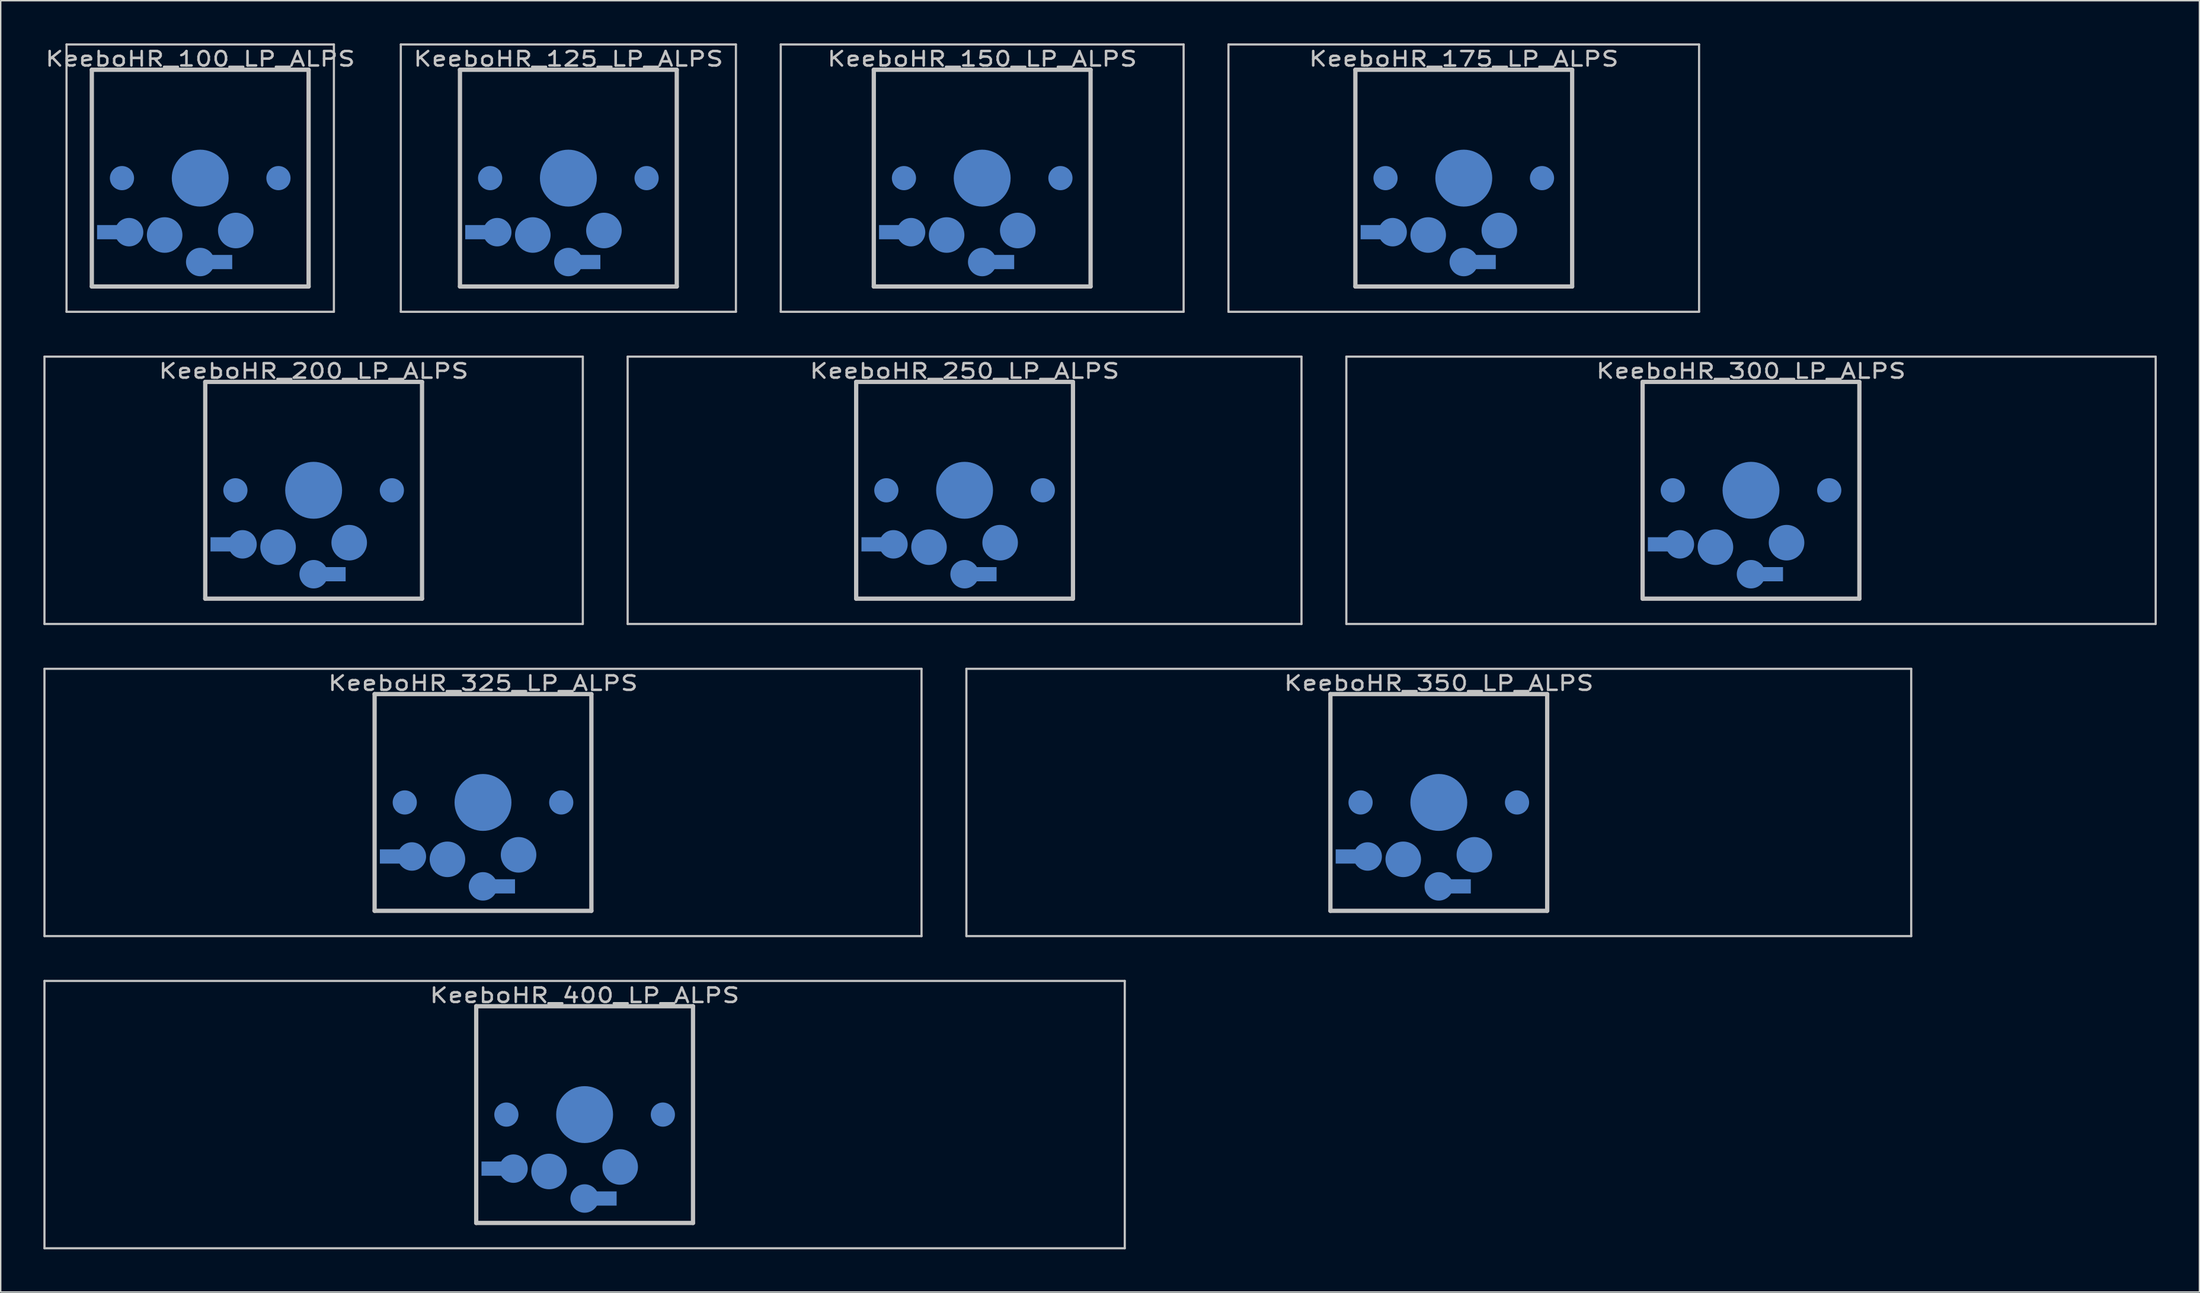
<source format=kicad_pcb>
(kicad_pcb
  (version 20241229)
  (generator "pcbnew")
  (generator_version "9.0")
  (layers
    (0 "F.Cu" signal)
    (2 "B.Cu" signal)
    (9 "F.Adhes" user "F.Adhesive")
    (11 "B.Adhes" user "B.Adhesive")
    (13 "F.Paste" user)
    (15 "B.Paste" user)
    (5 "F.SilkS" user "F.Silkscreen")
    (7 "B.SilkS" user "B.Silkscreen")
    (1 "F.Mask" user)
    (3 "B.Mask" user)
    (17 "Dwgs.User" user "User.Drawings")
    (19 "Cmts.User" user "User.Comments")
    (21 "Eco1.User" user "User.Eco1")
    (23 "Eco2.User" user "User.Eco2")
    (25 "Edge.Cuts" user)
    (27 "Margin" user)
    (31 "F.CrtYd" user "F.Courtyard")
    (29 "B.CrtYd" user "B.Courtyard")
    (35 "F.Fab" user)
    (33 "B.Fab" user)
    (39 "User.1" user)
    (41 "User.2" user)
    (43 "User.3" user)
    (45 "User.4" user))
  (footprint "KeeboHR_150_LP_ALPS"
    (layer "B.Cu")
    (at 65.998 9.474)
    (property "Reference" "KeeboHR_150_LP_ALPS" (at 0 -8.382 0) (layer "Dwgs.User") (effects (font (size 1.016 1.27) (thickness 0.178))))
    (attr through_hole)
    (fp_line (start -14.161 -9.398) (end 14.161 -9.398) (stroke (width 0.152) (type solid)) (layer "Dwgs.User"))
    (fp_line (start -14.161 9.398) (end -14.161 -9.398) (stroke (width 0.152) (type solid)) (layer "Dwgs.User"))
    (fp_line (start -7.62 -7.62) (end 7.62 -7.62) (stroke (width 0.3) (type solid)) (layer "Dwgs.User"))
    (fp_line (start -7.62 7.62) (end -7.62 -7.62) (stroke (width 0.3) (type solid)) (layer "Dwgs.User"))
    (fp_line (start 7.62 -7.62) (end 7.62 7.62) (stroke (width 0.3) (type solid)) (layer "Dwgs.User"))
    (fp_line (start 7.62 7.62) (end -7.62 7.62) (stroke (width 0.3) (type solid)) (layer "Dwgs.User"))
    (fp_line (start 14.161 -9.398) (end 14.161 9.398) (stroke (width 0.152) (type solid)) (layer "Dwgs.User"))
    (fp_line (start 14.161 9.398) (end -14.161 9.398) (stroke (width 0.152) (type solid)) (layer "Dwgs.User"))
    (pad "" smd circle (at -5.5 0) (size 1.7 1.7) (layers "B.Cu" "B.Mask"))
    (pad "" smd circle (at 0 0) (size 4 4) (layers "B.Cu" "B.Mask"))
    (pad "" smd circle (at 5.5 0) (size 1.7 1.7) (layers "B.Cu" "B.Mask"))
    (pad "1" smd circle (at 0 5.9) (size 2 2) (layers "B.Cu" "B.Mask"))
    (pad "1" smd rect (at 1.25 5.9) (size 2 1) (layers "B.Cu" "B.Mask"))
    (pad "1" smd circle (at 2.5 3.683) (size 2.5 2.5) (layers "B.Cu" "B.Mask"))
    (pad "2" smd rect (at -6.25 3.8) (size 2 1) (layers "B.Cu" "B.Mask"))
    (pad "2" smd circle (at -5 3.8) (size 2 2) (layers "B.Cu" "B.Mask"))
    (pad "2" smd circle (at -2.5 4) (size 2.5 2.5) (layers "B.Cu" "B.Mask")))
  (footprint "KeeboHR_325_LP_ALPS"
    (layer "B.Cu")
    (at 30.905 53.371)
    (property "Reference" "KeeboHR_325_LP_ALPS" (at 0 -8.382 0) (layer "Dwgs.User") (effects (font (size 1.016 1.27) (thickness 0.178))))
    (attr through_hole)
    (fp_line (start -30.829 -9.398) (end 30.829 -9.398) (stroke (width 0.152) (type solid)) (layer "Dwgs.User"))
    (fp_line (start -30.829 9.398) (end -30.829 -9.398) (stroke (width 0.152) (type solid)) (layer "Dwgs.User"))
    (fp_line (start -7.62 -7.62) (end 7.62 -7.62) (stroke (width 0.3) (type solid)) (layer "Dwgs.User"))
    (fp_line (start -7.62 7.62) (end -7.62 -7.62) (stroke (width 0.3) (type solid)) (layer "Dwgs.User"))
    (fp_line (start 7.62 -7.62) (end 7.62 7.62) (stroke (width 0.3) (type solid)) (layer "Dwgs.User"))
    (fp_line (start 7.62 7.62) (end -7.62 7.62) (stroke (width 0.3) (type solid)) (layer "Dwgs.User"))
    (fp_line (start 30.829 -9.398) (end 30.829 9.398) (stroke (width 0.152) (type solid)) (layer "Dwgs.User"))
    (fp_line (start 30.829 9.398) (end -30.829 9.398) (stroke (width 0.152) (type solid)) (layer "Dwgs.User"))
    (pad "" smd circle (at -5.5 0) (size 1.7 1.7) (layers "B.Cu" "B.Mask"))
    (pad "" smd circle (at 0 0) (size 4 4) (layers "B.Cu" "B.Mask"))
    (pad "" smd circle (at 5.5 0) (size 1.7 1.7) (layers "B.Cu" "B.Mask"))
    (pad "1" smd circle (at 0 5.9) (size 2 2) (layers "B.Cu" "B.Mask"))
    (pad "1" smd rect (at 1.25 5.9) (size 2 1) (layers "B.Cu" "B.Mask"))
    (pad "1" smd circle (at 2.5 3.683) (size 2.5 2.5) (layers "B.Cu" "B.Mask"))
    (pad "2" smd rect (at -6.25 3.8) (size 2 1) (layers "B.Cu" "B.Mask"))
    (pad "2" smd circle (at -5 3.8) (size 2 2) (layers "B.Cu" "B.Mask"))
    (pad "2" smd circle (at -2.5 4) (size 2.5 2.5) (layers "B.Cu" "B.Mask")))
  (footprint "KeeboHR_175_LP_ALPS"
    (layer "B.Cu")
    (at 99.853 9.474)
    (property "Reference" "KeeboHR_175_LP_ALPS" (at 0 -8.382 0) (layer "Dwgs.User") (effects (font (size 1.016 1.27) (thickness 0.178))))
    (attr through_hole)
    (fp_line (start -16.542 -9.398) (end 16.542 -9.398) (stroke (width 0.152) (type solid)) (layer "Dwgs.User"))
    (fp_line (start -16.542 9.398) (end -16.542 -9.398) (stroke (width 0.152) (type solid)) (layer "Dwgs.User"))
    (fp_line (start -7.62 -7.62) (end 7.62 -7.62) (stroke (width 0.3) (type solid)) (layer "Dwgs.User"))
    (fp_line (start -7.62 7.62) (end -7.62 -7.62) (stroke (width 0.3) (type solid)) (layer "Dwgs.User"))
    (fp_line (start 7.62 -7.62) (end 7.62 7.62) (stroke (width 0.3) (type solid)) (layer "Dwgs.User"))
    (fp_line (start 7.62 7.62) (end -7.62 7.62) (stroke (width 0.3) (type solid)) (layer "Dwgs.User"))
    (fp_line (start 16.542 -9.398) (end 16.542 9.398) (stroke (width 0.152) (type solid)) (layer "Dwgs.User"))
    (fp_line (start 16.542 9.398) (end -16.542 9.398) (stroke (width 0.152) (type solid)) (layer "Dwgs.User"))
    (pad "" smd circle (at -5.5 0) (size 1.7 1.7) (layers "B.Cu" "B.Mask"))
    (pad "" smd circle (at 0 0) (size 4 4) (layers "B.Cu" "B.Mask"))
    (pad "" smd circle (at 5.5 0) (size 1.7 1.7) (layers "B.Cu" "B.Mask"))
    (pad "1" smd circle (at 0 5.9) (size 2 2) (layers "B.Cu" "B.Mask"))
    (pad "1" smd rect (at 1.25 5.9) (size 2 1) (layers "B.Cu" "B.Mask"))
    (pad "1" smd circle (at 2.5 3.683) (size 2.5 2.5) (layers "B.Cu" "B.Mask"))
    (pad "2" smd rect (at -6.25 3.8) (size 2 1) (layers "B.Cu" "B.Mask"))
    (pad "2" smd circle (at -5 3.8) (size 2 2) (layers "B.Cu" "B.Mask"))
    (pad "2" smd circle (at -2.5 4) (size 2.5 2.5) (layers "B.Cu" "B.Mask")))
  (footprint "KeeboHR_200_LP_ALPS"
    (layer "B.Cu")
    (at 18.999 31.423)
    (property "Reference" "KeeboHR_200_LP_ALPS" (at 0 -8.382 0) (layer "Dwgs.User") (effects (font (size 1.016 1.27) (thickness 0.178))))
    (attr through_hole)
    (fp_line (start -18.923 -9.398) (end 18.923 -9.398) (stroke (width 0.152) (type solid)) (layer "Dwgs.User"))
    (fp_line (start -18.923 9.398) (end -18.923 -9.398) (stroke (width 0.152) (type solid)) (layer "Dwgs.User"))
    (fp_line (start -7.62 -7.62) (end 7.62 -7.62) (stroke (width 0.3) (type solid)) (layer "Dwgs.User"))
    (fp_line (start -7.62 7.62) (end -7.62 -7.62) (stroke (width 0.3) (type solid)) (layer "Dwgs.User"))
    (fp_line (start 7.62 -7.62) (end 7.62 7.62) (stroke (width 0.3) (type solid)) (layer "Dwgs.User"))
    (fp_line (start 7.62 7.62) (end -7.62 7.62) (stroke (width 0.3) (type solid)) (layer "Dwgs.User"))
    (fp_line (start 18.923 -9.398) (end 18.923 9.398) (stroke (width 0.152) (type solid)) (layer "Dwgs.User"))
    (fp_line (start 18.923 9.398) (end -18.923 9.398) (stroke (width 0.152) (type solid)) (layer "Dwgs.User"))
    (pad "" smd circle (at -5.5 0) (size 1.7 1.7) (layers "B.Cu" "B.Mask"))
    (pad "" smd circle (at 0 0) (size 4 4) (layers "B.Cu" "B.Mask"))
    (pad "" smd circle (at 5.5 0) (size 1.7 1.7) (layers "B.Cu" "B.Mask"))
    (pad "1" smd circle (at 0 5.9) (size 2 2) (layers "B.Cu" "B.Mask"))
    (pad "1" smd rect (at 1.25 5.9) (size 2 1) (layers "B.Cu" "B.Mask"))
    (pad "1" smd circle (at 2.5 3.683) (size 2.5 2.5) (layers "B.Cu" "B.Mask"))
    (pad "2" smd rect (at -6.25 3.8) (size 2 1) (layers "B.Cu" "B.Mask"))
    (pad "2" smd circle (at -5 3.8) (size 2 2) (layers "B.Cu" "B.Mask"))
    (pad "2" smd circle (at -2.5 4) (size 2.5 2.5) (layers "B.Cu" "B.Mask")))
  (footprint "KeeboHR_400_LP_ALPS"
    (layer "B.Cu")
    (at 38.049 75.319)
    (property "Reference" "KeeboHR_400_LP_ALPS" (at 0 -8.382 0) (layer "Dwgs.User") (effects (font (size 1.016 1.27) (thickness 0.178))))
    (attr through_hole)
    (fp_line (start -37.973 -9.398) (end 37.973 -9.398) (stroke (width 0.152) (type solid)) (layer "Dwgs.User"))
    (fp_line (start -37.973 9.398) (end -37.973 -9.398) (stroke (width 0.152) (type solid)) (layer "Dwgs.User"))
    (fp_line (start -7.62 -7.62) (end 7.62 -7.62) (stroke (width 0.3) (type solid)) (layer "Dwgs.User"))
    (fp_line (start -7.62 7.62) (end -7.62 -7.62) (stroke (width 0.3) (type solid)) (layer "Dwgs.User"))
    (fp_line (start 7.62 -7.62) (end 7.62 7.62) (stroke (width 0.3) (type solid)) (layer "Dwgs.User"))
    (fp_line (start 7.62 7.62) (end -7.62 7.62) (stroke (width 0.3) (type solid)) (layer "Dwgs.User"))
    (fp_line (start 37.973 -9.398) (end 37.973 9.398) (stroke (width 0.152) (type solid)) (layer "Dwgs.User"))
    (fp_line (start 37.973 9.398) (end -37.973 9.398) (stroke (width 0.152) (type solid)) (layer "Dwgs.User"))
    (pad "" smd circle (at -5.5 0) (size 1.7 1.7) (layers "B.Cu" "B.Mask"))
    (pad "" smd circle (at 0 0) (size 4 4) (layers "B.Cu" "B.Mask"))
    (pad "" smd circle (at 5.5 0) (size 1.7 1.7) (layers "B.Cu" "B.Mask"))
    (pad "1" smd circle (at 0 5.9) (size 2 2) (layers "B.Cu" "B.Mask"))
    (pad "1" smd rect (at 1.25 5.9) (size 2 1) (layers "B.Cu" "B.Mask"))
    (pad "1" smd circle (at 2.5 3.683) (size 2.5 2.5) (layers "B.Cu" "B.Mask"))
    (pad "2" smd rect (at -6.25 3.8) (size 2 1) (layers "B.Cu" "B.Mask"))
    (pad "2" smd circle (at -5 3.8) (size 2 2) (layers "B.Cu" "B.Mask"))
    (pad "2" smd circle (at -2.5 4) (size 2.5 2.5) (layers "B.Cu" "B.Mask")))
  (footprint "KeeboHR_100_LP_ALPS"
    (layer "B.Cu")
    (at 11.025 9.474)
    (property "Reference" "KeeboHR_100_LP_ALPS" (at 0 -8.382 0) (layer "Dwgs.User") (effects (font (size 1.016 1.27) (thickness 0.178))))
    (attr through_hole)
    (fp_line (start -9.398 -9.398) (end 9.398 -9.398) (stroke (width 0.152) (type solid)) (layer "Dwgs.User"))
    (fp_line (start -9.398 9.398) (end -9.398 -9.398) (stroke (width 0.152) (type solid)) (layer "Dwgs.User"))
    (fp_line (start -7.62 -7.62) (end 7.62 -7.62) (stroke (width 0.3) (type solid)) (layer "Dwgs.User"))
    (fp_line (start -7.62 7.62) (end -7.62 -7.62) (stroke (width 0.3) (type solid)) (layer "Dwgs.User"))
    (fp_line (start 7.62 -7.62) (end 7.62 7.62) (stroke (width 0.3) (type solid)) (layer "Dwgs.User"))
    (fp_line (start 7.62 7.62) (end -7.62 7.62) (stroke (width 0.3) (type solid)) (layer "Dwgs.User"))
    (fp_line (start 9.398 -9.398) (end 9.398 9.398) (stroke (width 0.152) (type solid)) (layer "Dwgs.User"))
    (fp_line (start 9.398 9.398) (end -9.398 9.398) (stroke (width 0.152) (type solid)) (layer "Dwgs.User"))
    (pad "" smd circle (at -5.5 0) (size 1.7 1.7) (layers "B.Cu" "B.Mask"))
    (pad "" smd circle (at 0 0) (size 4 4) (layers "B.Cu" "B.Mask"))
    (pad "" smd circle (at 5.5 0) (size 1.7 1.7) (layers "B.Cu" "B.Mask"))
    (pad "1" smd circle (at 0 5.9) (size 2 2) (layers "B.Cu" "B.Mask"))
    (pad "1" smd rect (at 1.25 5.9) (size 2 1) (layers "B.Cu" "B.Mask"))
    (pad "1" smd circle (at 2.5 3.683) (size 2.5 2.5) (layers "B.Cu" "B.Mask"))
    (pad "2" smd rect (at -6.25 3.8) (size 2 1) (layers "B.Cu" "B.Mask"))
    (pad "2" smd circle (at -5 3.8) (size 2 2) (layers "B.Cu" "B.Mask"))
    (pad "2" smd circle (at -2.5 4) (size 2.5 2.5) (layers "B.Cu" "B.Mask")))
  (footprint "KeeboHR_350_LP_ALPS"
    (layer "B.Cu")
    (at 98.098 53.371)
    (property "Reference" "KeeboHR_350_LP_ALPS" (at 0 -8.382 0) (layer "Dwgs.User") (effects (font (size 1.016 1.27) (thickness 0.178))))
    (attr through_hole)
    (fp_line (start -33.211 -9.398) (end 33.211 -9.398) (stroke (width 0.152) (type solid)) (layer "Dwgs.User"))
    (fp_line (start -33.211 9.398) (end -33.211 -9.398) (stroke (width 0.152) (type solid)) (layer "Dwgs.User"))
    (fp_line (start -7.62 -7.62) (end 7.62 -7.62) (stroke (width 0.3) (type solid)) (layer "Dwgs.User"))
    (fp_line (start -7.62 7.62) (end -7.62 -7.62) (stroke (width 0.3) (type solid)) (layer "Dwgs.User"))
    (fp_line (start 7.62 -7.62) (end 7.62 7.62) (stroke (width 0.3) (type solid)) (layer "Dwgs.User"))
    (fp_line (start 7.62 7.62) (end -7.62 7.62) (stroke (width 0.3) (type solid)) (layer "Dwgs.User"))
    (fp_line (start 33.211 -9.398) (end 33.211 9.398) (stroke (width 0.152) (type solid)) (layer "Dwgs.User"))
    (fp_line (start 33.211 9.398) (end -33.211 9.398) (stroke (width 0.152) (type solid)) (layer "Dwgs.User"))
    (pad "" smd circle (at -5.5 0) (size 1.7 1.7) (layers "B.Cu" "B.Mask"))
    (pad "" smd circle (at 0 0) (size 4 4) (layers "B.Cu" "B.Mask"))
    (pad "" smd circle (at 5.5 0) (size 1.7 1.7) (layers "B.Cu" "B.Mask"))
    (pad "1" smd circle (at 0 5.9) (size 2 2) (layers "B.Cu" "B.Mask"))
    (pad "1" smd rect (at 1.25 5.9) (size 2 1) (layers "B.Cu" "B.Mask"))
    (pad "1" smd circle (at 2.5 3.683) (size 2.5 2.5) (layers "B.Cu" "B.Mask"))
    (pad "2" smd rect (at -6.25 3.8) (size 2 1) (layers "B.Cu" "B.Mask"))
    (pad "2" smd circle (at -5 3.8) (size 2 2) (layers "B.Cu" "B.Mask"))
    (pad "2" smd circle (at -2.5 4) (size 2.5 2.5) (layers "B.Cu" "B.Mask")))
  (footprint "KeeboHR_250_LP_ALPS"
    (layer "B.Cu")
    (at 64.76 31.423)
    (property "Reference" "KeeboHR_250_LP_ALPS" (at 0 -8.382 0) (layer "Dwgs.User") (effects (font (size 1.016 1.27) (thickness 0.178))))
    (attr through_hole)
    (fp_line (start -23.686 -9.398) (end 23.686 -9.398) (stroke (width 0.152) (type solid)) (layer "Dwgs.User"))
    (fp_line (start -23.686 9.398) (end -23.686 -9.398) (stroke (width 0.152) (type solid)) (layer "Dwgs.User"))
    (fp_line (start -7.62 -7.62) (end 7.62 -7.62) (stroke (width 0.3) (type solid)) (layer "Dwgs.User"))
    (fp_line (start -7.62 7.62) (end -7.62 -7.62) (stroke (width 0.3) (type solid)) (layer "Dwgs.User"))
    (fp_line (start 7.62 -7.62) (end 7.62 7.62) (stroke (width 0.3) (type solid)) (layer "Dwgs.User"))
    (fp_line (start 7.62 7.62) (end -7.62 7.62) (stroke (width 0.3) (type solid)) (layer "Dwgs.User"))
    (fp_line (start 23.686 -9.398) (end 23.686 9.398) (stroke (width 0.152) (type solid)) (layer "Dwgs.User"))
    (fp_line (start 23.686 9.398) (end -23.686 9.398) (stroke (width 0.152) (type solid)) (layer "Dwgs.User"))
    (pad "" smd circle (at -5.5 0) (size 1.7 1.7) (layers "B.Cu" "B.Mask"))
    (pad "" smd circle (at 0 0) (size 4 4) (layers "B.Cu" "B.Mask"))
    (pad "" smd circle (at 5.5 0) (size 1.7 1.7) (layers "B.Cu" "B.Mask"))
    (pad "1" smd circle (at 0 5.9) (size 2 2) (layers "B.Cu" "B.Mask"))
    (pad "1" smd rect (at 1.25 5.9) (size 2 1) (layers "B.Cu" "B.Mask"))
    (pad "1" smd circle (at 2.5 3.683) (size 2.5 2.5) (layers "B.Cu" "B.Mask"))
    (pad "2" smd rect (at -6.25 3.8) (size 2 1) (layers "B.Cu" "B.Mask"))
    (pad "2" smd circle (at -5 3.8) (size 2 2) (layers "B.Cu" "B.Mask"))
    (pad "2" smd circle (at -2.5 4) (size 2.5 2.5) (layers "B.Cu" "B.Mask")))
  (footprint "KeeboHR_300_LP_ALPS"
    (layer "B.Cu")
    (at 120.046 31.423)
    (property "Reference" "KeeboHR_300_LP_ALPS" (at 0 -8.382 0) (layer "Dwgs.User") (effects (font (size 1.016 1.27) (thickness 0.178))))
    (attr through_hole)
    (fp_line (start -28.448 -9.398) (end 28.448 -9.398) (stroke (width 0.152) (type solid)) (layer "Dwgs.User"))
    (fp_line (start -28.448 9.398) (end -28.448 -9.398) (stroke (width 0.152) (type solid)) (layer "Dwgs.User"))
    (fp_line (start -7.62 -7.62) (end 7.62 -7.62) (stroke (width 0.3) (type solid)) (layer "Dwgs.User"))
    (fp_line (start -7.62 7.62) (end -7.62 -7.62) (stroke (width 0.3) (type solid)) (layer "Dwgs.User"))
    (fp_line (start 7.62 -7.62) (end 7.62 7.62) (stroke (width 0.3) (type solid)) (layer "Dwgs.User"))
    (fp_line (start 7.62 7.62) (end -7.62 7.62) (stroke (width 0.3) (type solid)) (layer "Dwgs.User"))
    (fp_line (start 28.448 -9.398) (end 28.448 9.398) (stroke (width 0.152) (type solid)) (layer "Dwgs.User"))
    (fp_line (start 28.448 9.398) (end -28.448 9.398) (stroke (width 0.152) (type solid)) (layer "Dwgs.User"))
    (pad "" smd circle (at -5.5 0) (size 1.7 1.7) (layers "B.Cu" "B.Mask"))
    (pad "" smd circle (at 0 0) (size 4 4) (layers "B.Cu" "B.Mask"))
    (pad "" smd circle (at 5.5 0) (size 1.7 1.7) (layers "B.Cu" "B.Mask"))
    (pad "1" smd circle (at 0 5.9) (size 2 2) (layers "B.Cu" "B.Mask"))
    (pad "1" smd rect (at 1.25 5.9) (size 2 1) (layers "B.Cu" "B.Mask"))
    (pad "1" smd circle (at 2.5 3.683) (size 2.5 2.5) (layers "B.Cu" "B.Mask"))
    (pad "2" smd rect (at -6.25 3.8) (size 2 1) (layers "B.Cu" "B.Mask"))
    (pad "2" smd circle (at -5 3.8) (size 2 2) (layers "B.Cu" "B.Mask"))
    (pad "2" smd circle (at -2.5 4) (size 2.5 2.5) (layers "B.Cu" "B.Mask")))
  (footprint "KeeboHR_125_LP_ALPS"
    (layer "B.Cu")
    (at 36.906 9.474)
    (property "Reference" "KeeboHR_125_LP_ALPS" (at 0 -8.382 0) (layer "Dwgs.User") (effects (font (size 1.016 1.27) (thickness 0.178))))
    (attr through_hole)
    (fp_line (start -11.779 -9.398) (end 11.779 -9.398) (stroke (width 0.152) (type solid)) (layer "Dwgs.User"))
    (fp_line (start -11.779 9.398) (end -11.779 -9.398) (stroke (width 0.152) (type solid)) (layer "Dwgs.User"))
    (fp_line (start -7.62 -7.62) (end 7.62 -7.62) (stroke (width 0.3) (type solid)) (layer "Dwgs.User"))
    (fp_line (start -7.62 7.62) (end -7.62 -7.62) (stroke (width 0.3) (type solid)) (layer "Dwgs.User"))
    (fp_line (start 7.62 -7.62) (end 7.62 7.62) (stroke (width 0.3) (type solid)) (layer "Dwgs.User"))
    (fp_line (start 7.62 7.62) (end -7.62 7.62) (stroke (width 0.3) (type solid)) (layer "Dwgs.User"))
    (fp_line (start 11.779 -9.398) (end 11.779 9.398) (stroke (width 0.152) (type solid)) (layer "Dwgs.User"))
    (fp_line (start 11.779 9.398) (end -11.779 9.398) (stroke (width 0.152) (type solid)) (layer "Dwgs.User"))
    (pad "" smd circle (at -5.5 0) (size 1.7 1.7) (layers "B.Cu" "B.Mask"))
    (pad "" smd circle (at 0 0) (size 4 4) (layers "B.Cu" "B.Mask"))
    (pad "" smd circle (at 5.5 0) (size 1.7 1.7) (layers "B.Cu" "B.Mask"))
    (pad "1" smd circle (at 0 5.9) (size 2 2) (layers "B.Cu" "B.Mask"))
    (pad "1" smd rect (at 1.25 5.9) (size 2 1) (layers "B.Cu" "B.Mask"))
    (pad "1" smd circle (at 2.5 3.683) (size 2.5 2.5) (layers "B.Cu" "B.Mask"))
    (pad "2" smd rect (at -6.25 3.8) (size 2 1) (layers "B.Cu" "B.Mask"))
    (pad "2" smd circle (at -5 3.8) (size 2 2) (layers "B.Cu" "B.Mask"))
    (pad "2" smd circle (at -2.5 4) (size 2.5 2.5) (layers "B.Cu" "B.Mask")))
  (gr_rect
    (start -3 -3)
    (end 151.57 87.794)
    (stroke (width 0.1) (type default))
    (fill no)
    (layer "Edge.Cuts")))
</source>
